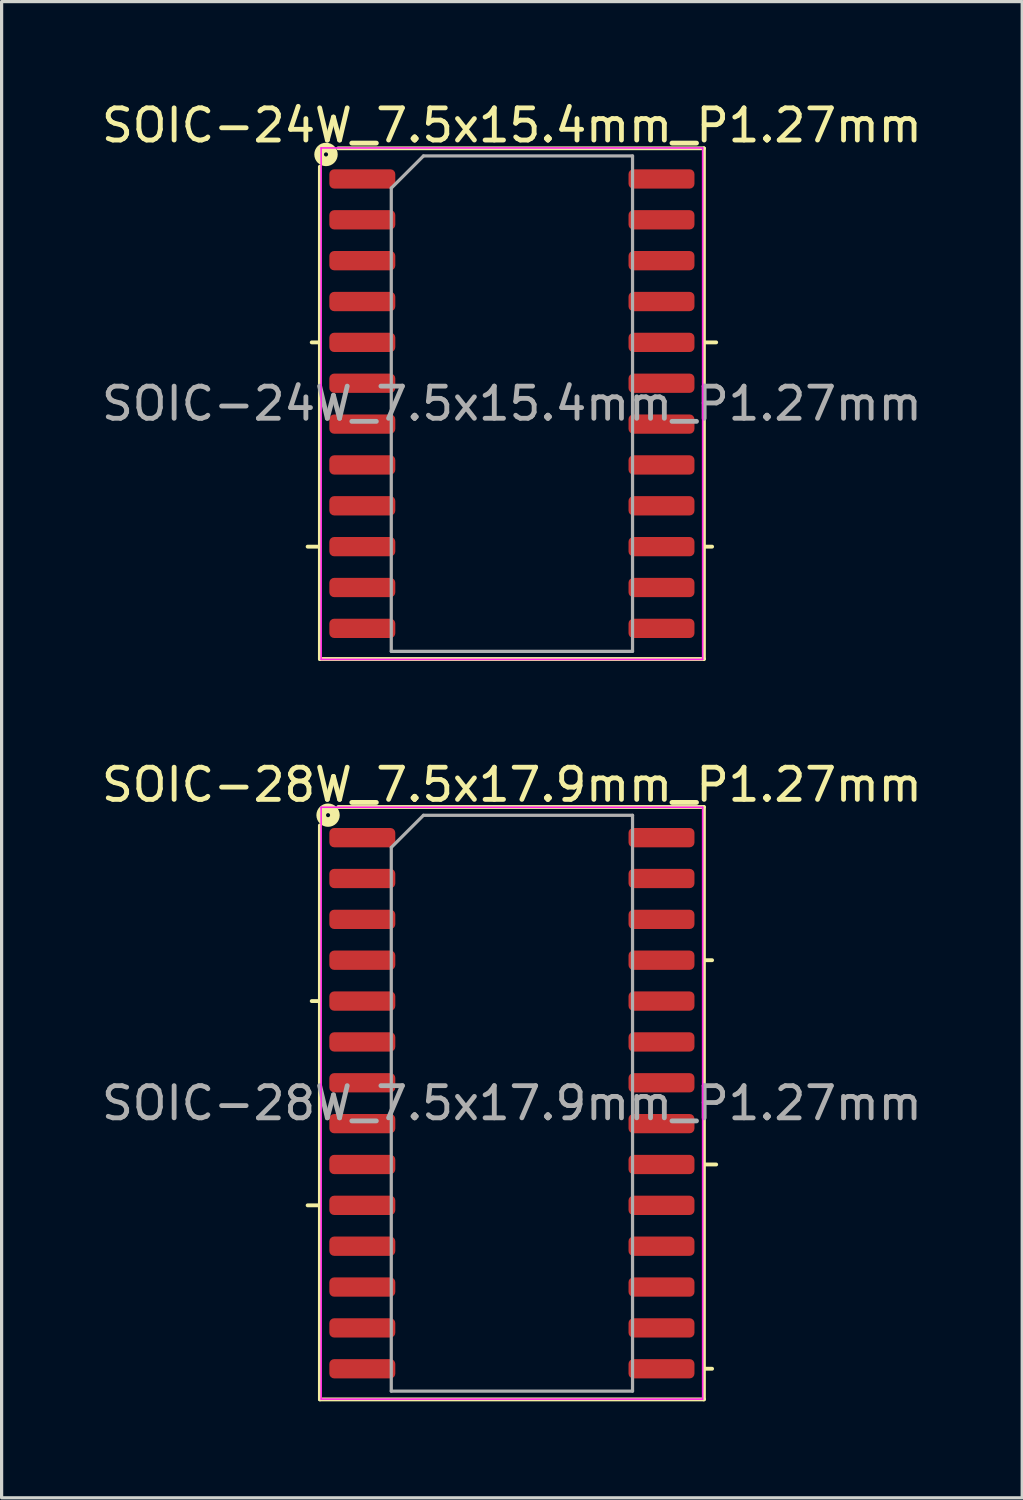
<source format=kicad_pcb>
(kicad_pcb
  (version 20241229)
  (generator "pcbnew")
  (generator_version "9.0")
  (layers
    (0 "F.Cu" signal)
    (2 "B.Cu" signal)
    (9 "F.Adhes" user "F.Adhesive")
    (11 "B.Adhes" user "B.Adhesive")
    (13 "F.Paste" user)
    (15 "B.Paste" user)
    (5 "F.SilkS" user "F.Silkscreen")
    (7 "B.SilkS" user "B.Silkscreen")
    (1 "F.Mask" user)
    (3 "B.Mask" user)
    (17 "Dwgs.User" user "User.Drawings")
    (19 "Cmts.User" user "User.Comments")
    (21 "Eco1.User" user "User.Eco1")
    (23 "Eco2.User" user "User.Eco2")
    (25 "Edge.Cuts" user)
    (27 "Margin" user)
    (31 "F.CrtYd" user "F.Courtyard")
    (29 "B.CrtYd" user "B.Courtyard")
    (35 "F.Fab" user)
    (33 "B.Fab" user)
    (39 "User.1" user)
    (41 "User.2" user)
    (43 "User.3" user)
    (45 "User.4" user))
  (footprint "SOIC-24W_7.5x15.4mm_P1.27mm"
    (layer "F.Cu")
    (at 12.863 9.498)
    (property "Reference" "SOIC-24W_7.5x15.4mm_P1.27mm" (at 0 -8.65 0) (layer "F.SilkS") (effects (font (size 1 1) (thickness 0.15))))
    (attr smd)
    (fp_line (start -5.969 -7.366) (end -5.969 7.938) (stroke (width 0.12) (type solid)) (layer "F.SilkS"))
    (fp_line (start -5.969 -1.905) (end -6.223 -1.905) (stroke (width 0.12) (type solid)) (layer "F.SilkS"))
    (fp_line (start -5.969 4.445) (end -6.35 4.445) (stroke (width 0.12) (type solid)) (layer "F.SilkS"))
    (fp_line (start -5.969 7.938) (end 5.969 7.938) (stroke (width 0.12) (type solid)) (layer "F.SilkS"))
    (fp_line (start 5.969 -7.938) (end -5.397 -7.938) (stroke (width 0.12) (type solid)) (layer "F.SilkS"))
    (fp_line (start 5.969 -1.905) (end 6.35 -1.905) (stroke (width 0.12) (type solid)) (layer "F.SilkS"))
    (fp_line (start 5.969 4.445) (end 6.223 4.445) (stroke (width 0.12) (type solid)) (layer "F.SilkS"))
    (fp_line (start 5.969 7.938) (end 5.969 -7.938) (stroke (width 0.12) (type solid)) (layer "F.SilkS"))
    (fp_circle (center -5.779 -7.747) (end -5.715 -7.747) (stroke (width 0.3) (type solid)) (fill no) (layer "F.SilkS"))
    (fp_line (start -5.93 -7.95) (end -5.93 7.95) (stroke (width 0.05) (type solid)) (layer "F.CrtYd"))
    (fp_line (start -5.93 7.95) (end 5.93 7.95) (stroke (width 0.05) (type solid)) (layer "F.CrtYd"))
    (fp_line (start 5.93 -7.95) (end -5.93 -7.95) (stroke (width 0.05) (type solid)) (layer "F.CrtYd"))
    (fp_line (start 5.93 7.95) (end 5.93 -7.95) (stroke (width 0.05) (type solid)) (layer "F.CrtYd"))
    (fp_line (start -3.75 -6.7) (end -2.75 -7.7) (stroke (width 0.1) (type solid)) (layer "F.Fab"))
    (fp_line (start -3.75 7.7) (end -3.75 -6.7) (stroke (width 0.1) (type solid)) (layer "F.Fab"))
    (fp_line (start -2.75 -7.7) (end 3.75 -7.7) (stroke (width 0.1) (type solid)) (layer "F.Fab"))
    (fp_line (start 3.75 -7.7) (end 3.75 7.7) (stroke (width 0.1) (type solid)) (layer "F.Fab"))
    (fp_line (start 3.75 7.7) (end -3.75 7.7) (stroke (width 0.1) (type solid)) (layer "F.Fab"))
    (fp_text user "${REFERENCE}" (at 0 0 0) (layer "F.Fab") (effects (font (size 1 1) (thickness 0.15))))
    (pad "1" smd roundrect (at -4.65 -6.985) (size 2.05 0.6) (layers "F.Cu" "F.Mask" "F.Paste") (roundrect_rratio 0.25))
    (pad "2" smd roundrect (at -4.65 -5.715) (size 2.05 0.6) (layers "F.Cu" "F.Mask" "F.Paste") (roundrect_rratio 0.25))
    (pad "3" smd roundrect (at -4.65 -4.445) (size 2.05 0.6) (layers "F.Cu" "F.Mask" "F.Paste") (roundrect_rratio 0.25))
    (pad "4" smd roundrect (at -4.65 -3.175) (size 2.05 0.6) (layers "F.Cu" "F.Mask" "F.Paste") (roundrect_rratio 0.25))
    (pad "5" smd roundrect (at -4.65 -1.905) (size 2.05 0.6) (layers "F.Cu" "F.Mask" "F.Paste") (roundrect_rratio 0.25))
    (pad "6" smd roundrect (at -4.65 -0.635) (size 2.05 0.6) (layers "F.Cu" "F.Mask" "F.Paste") (roundrect_rratio 0.25))
    (pad "7" smd roundrect (at -4.65 0.635) (size 2.05 0.6) (layers "F.Cu" "F.Mask" "F.Paste") (roundrect_rratio 0.25))
    (pad "8" smd roundrect (at -4.65 1.905) (size 2.05 0.6) (layers "F.Cu" "F.Mask" "F.Paste") (roundrect_rratio 0.25))
    (pad "9" smd roundrect (at -4.65 3.175) (size 2.05 0.6) (layers "F.Cu" "F.Mask" "F.Paste") (roundrect_rratio 0.25))
    (pad "10" smd roundrect (at -4.65 4.445) (size 2.05 0.6) (layers "F.Cu" "F.Mask" "F.Paste") (roundrect_rratio 0.25))
    (pad "11" smd roundrect (at -4.65 5.715) (size 2.05 0.6) (layers "F.Cu" "F.Mask" "F.Paste") (roundrect_rratio 0.25))
    (pad "12" smd roundrect (at -4.65 6.985) (size 2.05 0.6) (layers "F.Cu" "F.Mask" "F.Paste") (roundrect_rratio 0.25))
    (pad "13" smd roundrect (at 4.65 6.985) (size 2.05 0.6) (layers "F.Cu" "F.Mask" "F.Paste") (roundrect_rratio 0.25))
    (pad "14" smd roundrect (at 4.65 5.715) (size 2.05 0.6) (layers "F.Cu" "F.Mask" "F.Paste") (roundrect_rratio 0.25))
    (pad "15" smd roundrect (at 4.65 4.445) (size 2.05 0.6) (layers "F.Cu" "F.Mask" "F.Paste") (roundrect_rratio 0.25))
    (pad "16" smd roundrect (at 4.65 3.175) (size 2.05 0.6) (layers "F.Cu" "F.Mask" "F.Paste") (roundrect_rratio 0.25))
    (pad "17" smd roundrect (at 4.65 1.905) (size 2.05 0.6) (layers "F.Cu" "F.Mask" "F.Paste") (roundrect_rratio 0.25))
    (pad "18" smd roundrect (at 4.65 0.635) (size 2.05 0.6) (layers "F.Cu" "F.Mask" "F.Paste") (roundrect_rratio 0.25))
    (pad "19" smd roundrect (at 4.65 -0.635) (size 2.05 0.6) (layers "F.Cu" "F.Mask" "F.Paste") (roundrect_rratio 0.25))
    (pad "20" smd roundrect (at 4.65 -1.905) (size 2.05 0.6) (layers "F.Cu" "F.Mask" "F.Paste") (roundrect_rratio 0.25))
    (pad "21" smd roundrect (at 4.65 -3.175) (size 2.05 0.6) (layers "F.Cu" "F.Mask" "F.Paste") (roundrect_rratio 0.25))
    (pad "22" smd roundrect (at 4.65 -4.445) (size 2.05 0.6) (layers "F.Cu" "F.Mask" "F.Paste") (roundrect_rratio 0.25))
    (pad "23" smd roundrect (at 4.65 -5.715) (size 2.05 0.6) (layers "F.Cu" "F.Mask" "F.Paste") (roundrect_rratio 0.25))
    (pad "24" smd roundrect (at 4.65 -6.985) (size 2.05 0.6) (layers "F.Cu" "F.Mask" "F.Paste") (roundrect_rratio 0.25)))
  (footprint "SOIC-28W_7.5x17.9mm_P1.27mm"
    (layer "F.Cu")
    (at 12.863 31.244)
    (property "Reference" "SOIC-28W_7.5x17.9mm_P1.27mm" (at 0 -9.9 0) (layer "F.SilkS") (effects (font (size 1 1) (thickness 0.15))))
    (attr smd)
    (fp_line (start -5.969 -8.636) (end -5.969 9.207) (stroke (width 0.12) (type solid)) (layer "F.SilkS"))
    (fp_line (start -5.969 -3.175) (end -6.223 -3.175) (stroke (width 0.12) (type solid)) (layer "F.SilkS"))
    (fp_line (start -5.969 3.175) (end -6.35 3.175) (stroke (width 0.12) (type solid)) (layer "F.SilkS"))
    (fp_line (start -5.969 9.207) (end 5.969 9.207) (stroke (width 0.12) (type solid)) (layer "F.SilkS"))
    (fp_line (start 5.969 -9.207) (end -5.397 -9.207) (stroke (width 0.12) (type solid)) (layer "F.SilkS"))
    (fp_line (start 5.969 -4.445) (end 6.223 -4.445) (stroke (width 0.12) (type solid)) (layer "F.SilkS"))
    (fp_line (start 5.969 1.905) (end 6.35 1.905) (stroke (width 0.12) (type solid)) (layer "F.SilkS"))
    (fp_line (start 5.969 8.255) (end 6.223 8.255) (stroke (width 0.12) (type solid)) (layer "F.SilkS"))
    (fp_line (start 5.969 9.207) (end 5.969 -9.207) (stroke (width 0.12) (type solid)) (layer "F.SilkS"))
    (fp_circle (center -5.715 -8.954) (end -5.652 -8.954) (stroke (width 0.3) (type solid)) (fill no) (layer "F.SilkS"))
    (fp_line (start -5.93 -9.2) (end -5.93 9.2) (stroke (width 0.05) (type solid)) (layer "F.CrtYd"))
    (fp_line (start -5.93 9.2) (end 5.93 9.2) (stroke (width 0.05) (type solid)) (layer "F.CrtYd"))
    (fp_line (start 5.93 -9.2) (end -5.93 -9.2) (stroke (width 0.05) (type solid)) (layer "F.CrtYd"))
    (fp_line (start 5.93 9.2) (end 5.93 -9.2) (stroke (width 0.05) (type solid)) (layer "F.CrtYd"))
    (fp_line (start -3.75 -7.95) (end -2.75 -8.95) (stroke (width 0.1) (type solid)) (layer "F.Fab"))
    (fp_line (start -3.75 8.95) (end -3.75 -7.95) (stroke (width 0.1) (type solid)) (layer "F.Fab"))
    (fp_line (start -2.75 -8.95) (end 3.75 -8.95) (stroke (width 0.1) (type solid)) (layer "F.Fab"))
    (fp_line (start 3.75 -8.95) (end 3.75 8.95) (stroke (width 0.1) (type solid)) (layer "F.Fab"))
    (fp_line (start 3.75 8.95) (end -3.75 8.95) (stroke (width 0.1) (type solid)) (layer "F.Fab"))
    (fp_text user "${REFERENCE}" (at 0 0 0) (layer "F.Fab") (effects (font (size 1 1) (thickness 0.15))))
    (pad "1" smd roundrect (at -4.65 -8.255) (size 2.05 0.6) (layers "F.Cu" "F.Mask" "F.Paste") (roundrect_rratio 0.25))
    (pad "2" smd roundrect (at -4.65 -6.985) (size 2.05 0.6) (layers "F.Cu" "F.Mask" "F.Paste") (roundrect_rratio 0.25))
    (pad "3" smd roundrect (at -4.65 -5.715) (size 2.05 0.6) (layers "F.Cu" "F.Mask" "F.Paste") (roundrect_rratio 0.25))
    (pad "4" smd roundrect (at -4.65 -4.445) (size 2.05 0.6) (layers "F.Cu" "F.Mask" "F.Paste") (roundrect_rratio 0.25))
    (pad "5" smd roundrect (at -4.65 -3.175) (size 2.05 0.6) (layers "F.Cu" "F.Mask" "F.Paste") (roundrect_rratio 0.25))
    (pad "6" smd roundrect (at -4.65 -1.905) (size 2.05 0.6) (layers "F.Cu" "F.Mask" "F.Paste") (roundrect_rratio 0.25))
    (pad "7" smd roundrect (at -4.65 -0.635) (size 2.05 0.6) (layers "F.Cu" "F.Mask" "F.Paste") (roundrect_rratio 0.25))
    (pad "8" smd roundrect (at -4.65 0.635) (size 2.05 0.6) (layers "F.Cu" "F.Mask" "F.Paste") (roundrect_rratio 0.25))
    (pad "9" smd roundrect (at -4.65 1.905) (size 2.05 0.6) (layers "F.Cu" "F.Mask" "F.Paste") (roundrect_rratio 0.25))
    (pad "10" smd roundrect (at -4.65 3.175) (size 2.05 0.6) (layers "F.Cu" "F.Mask" "F.Paste") (roundrect_rratio 0.25))
    (pad "11" smd roundrect (at -4.65 4.445) (size 2.05 0.6) (layers "F.Cu" "F.Mask" "F.Paste") (roundrect_rratio 0.25))
    (pad "12" smd roundrect (at -4.65 5.715) (size 2.05 0.6) (layers "F.Cu" "F.Mask" "F.Paste") (roundrect_rratio 0.25))
    (pad "13" smd roundrect (at -4.65 6.985) (size 2.05 0.6) (layers "F.Cu" "F.Mask" "F.Paste") (roundrect_rratio 0.25))
    (pad "14" smd roundrect (at -4.65 8.255) (size 2.05 0.6) (layers "F.Cu" "F.Mask" "F.Paste") (roundrect_rratio 0.25))
    (pad "15" smd roundrect (at 4.65 8.255) (size 2.05 0.6) (layers "F.Cu" "F.Mask" "F.Paste") (roundrect_rratio 0.25))
    (pad "16" smd roundrect (at 4.65 6.985) (size 2.05 0.6) (layers "F.Cu" "F.Mask" "F.Paste") (roundrect_rratio 0.25))
    (pad "17" smd roundrect (at 4.65 5.715) (size 2.05 0.6) (layers "F.Cu" "F.Mask" "F.Paste") (roundrect_rratio 0.25))
    (pad "18" smd roundrect (at 4.65 4.445) (size 2.05 0.6) (layers "F.Cu" "F.Mask" "F.Paste") (roundrect_rratio 0.25))
    (pad "19" smd roundrect (at 4.65 3.175) (size 2.05 0.6) (layers "F.Cu" "F.Mask" "F.Paste") (roundrect_rratio 0.25))
    (pad "20" smd roundrect (at 4.65 1.905) (size 2.05 0.6) (layers "F.Cu" "F.Mask" "F.Paste") (roundrect_rratio 0.25))
    (pad "21" smd roundrect (at 4.65 0.635) (size 2.05 0.6) (layers "F.Cu" "F.Mask" "F.Paste") (roundrect_rratio 0.25))
    (pad "22" smd roundrect (at 4.65 -0.635) (size 2.05 0.6) (layers "F.Cu" "F.Mask" "F.Paste") (roundrect_rratio 0.25))
    (pad "23" smd roundrect (at 4.65 -1.905) (size 2.05 0.6) (layers "F.Cu" "F.Mask" "F.Paste") (roundrect_rratio 0.25))
    (pad "24" smd roundrect (at 4.65 -3.175) (size 2.05 0.6) (layers "F.Cu" "F.Mask" "F.Paste") (roundrect_rratio 0.25))
    (pad "25" smd roundrect (at 4.65 -4.445) (size 2.05 0.6) (layers "F.Cu" "F.Mask" "F.Paste") (roundrect_rratio 0.25))
    (pad "26" smd roundrect (at 4.65 -5.715) (size 2.05 0.6) (layers "F.Cu" "F.Mask" "F.Paste") (roundrect_rratio 0.25))
    (pad "27" smd roundrect (at 4.65 -6.985) (size 2.05 0.6) (layers "F.Cu" "F.Mask" "F.Paste") (roundrect_rratio 0.25))
    (pad "28" smd roundrect (at 4.65 -8.255) (size 2.05 0.6) (layers "F.Cu" "F.Mask" "F.Paste") (roundrect_rratio 0.25)))
  (gr_rect
    (start -3 -3)
    (end 28.726 43.511)
    (stroke (width 0.1) (type default))
    (fill no)
    (layer "Edge.Cuts")))
</source>
